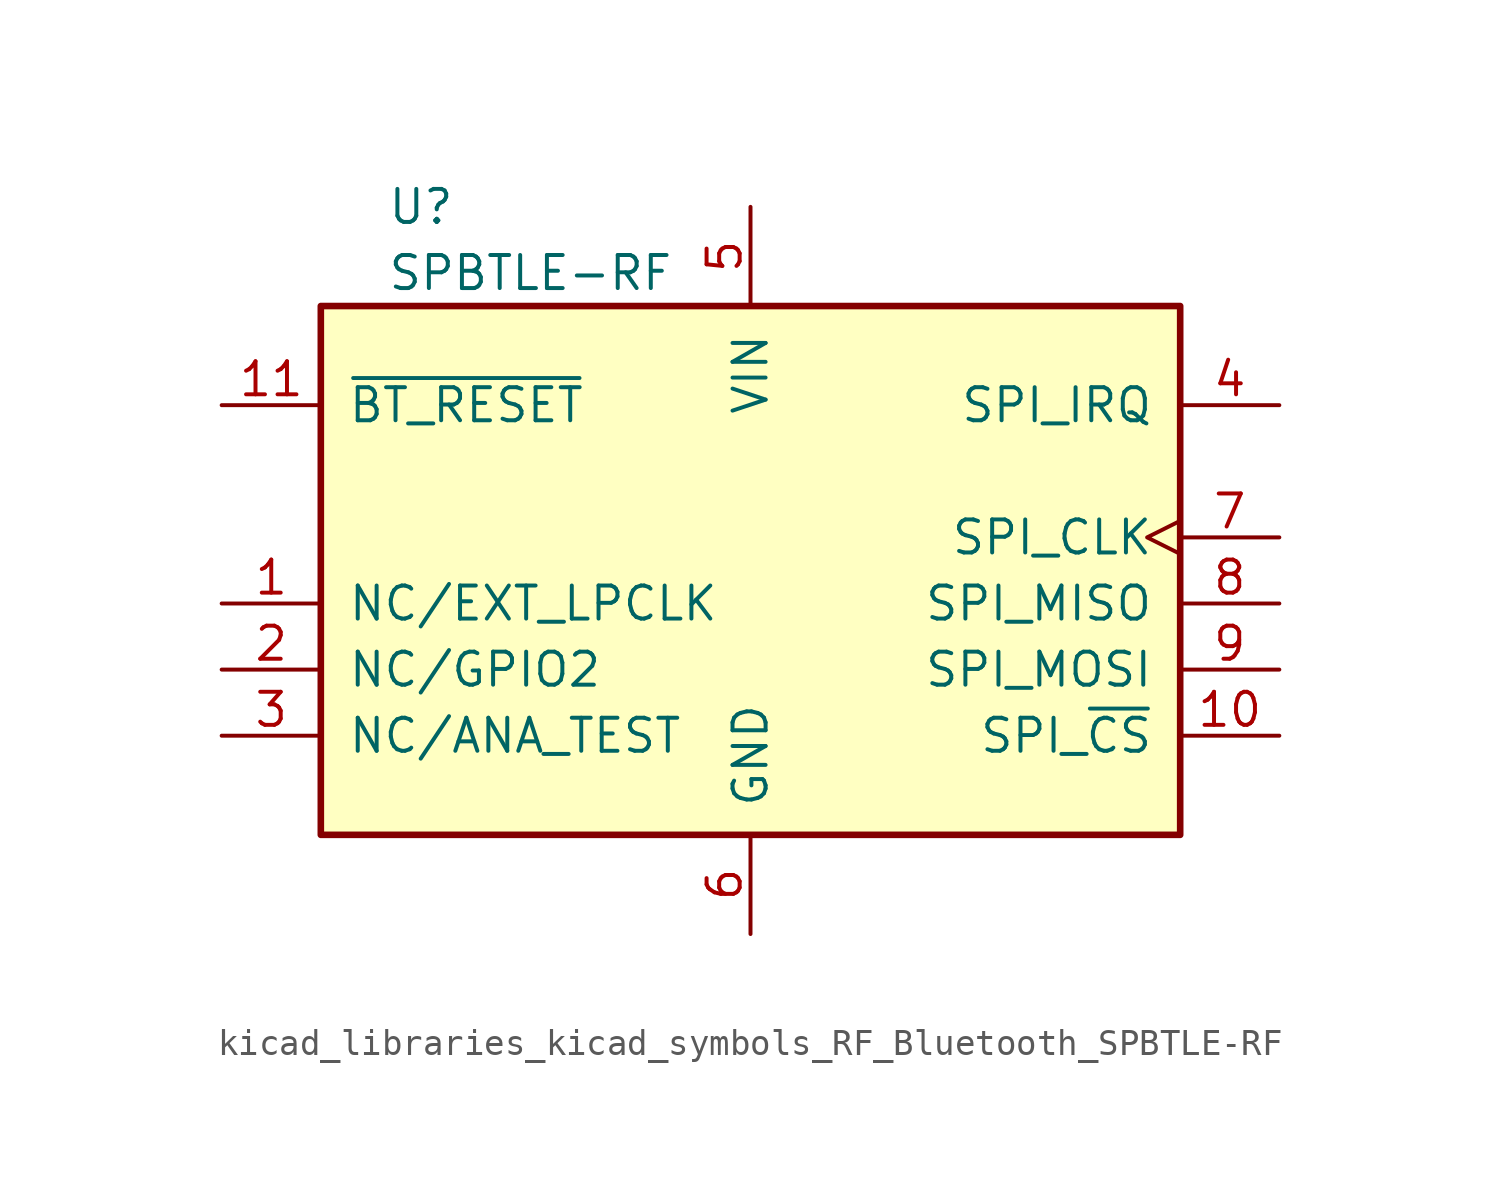
<source format=kicad_sym>
(kicad_symbol_lib
  (version 20220914)
  (generator kicad_symbol_editor)
  (symbol "kicad_libraries_kicad_symbols_RF_Bluetooth_SPBTLE-RF"
    (pin_names
      (offset 1.016))
    (property "Reference" "U"
      (at -13.97 12.7 0)
      (effects (font (size 1.27 1.27)) (justify left)))
    (property "Value" "SPBTLE-RF"
      (at -13.97 10.16 0)
      (effects (font (size 1.27 1.27)) (justify left)))
    (symbol "kicad_libraries_kicad_symbols_RF_Bluetooth_SPBTLE-RF_0_1"
      (rectangle (start -16.51 8.89) (end 16.51 -11.43) (stroke (width 0.254) (type default)) (fill (type background))))
    (symbol "kicad_libraries_kicad_symbols_RF_Bluetooth_SPBTLE-RF_1_1"
      (pin input line (at -20.32 -2.54 0) (length 3.81) (name "NC/EXT_LPCLK" (effects (font (size 1.27 1.27)))) (number "1" (effects (font (size 1.27 1.27)))))
      (pin input line (at 20.32 -7.62 180) (length 3.81) (name "SPI_~{CS}" (effects (font (size 1.27 1.27)))) (number "10" (effects (font (size 1.27 1.27)))))
      (pin input line (at -20.32 5.08 0) (length 3.81) (name "~{BT_RESET}" (effects (font (size 1.27 1.27)))) (number "11" (effects (font (size 1.27 1.27)))))
      (pin bidirectional line (at -20.32 -5.08 0) (length 3.81) (name "NC/GPIO2" (effects (font (size 1.27 1.27)))) (number "2" (effects (font (size 1.27 1.27)))))
      (pin input line (at -20.32 -7.62 0) (length 3.81) (name "NC/ANA_TEST" (effects (font (size 1.27 1.27)))) (number "3" (effects (font (size 1.27 1.27)))))
      (pin output line (at 20.32 5.08 180) (length 3.81) (name "SPI_IRQ" (effects (font (size 1.27 1.27)))) (number "4" (effects (font (size 1.27 1.27)))))
      (pin power_in line (at 0 12.7 270) (length 3.81) (name "VIN" (effects (font (size 1.27 1.27)))) (number "5" (effects (font (size 1.27 1.27)))))
      (pin power_in line (at 0 -15.24 90) (length 3.81) (name "GND" (effects (font (size 1.27 1.27)))) (number "6" (effects (font (size 1.27 1.27)))))
      (pin input clock (at 20.32 0 180) (length 3.81) (name "SPI_CLK" (effects (font (size 1.27 1.27)))) (number "7" (effects (font (size 1.27 1.27)))))
      (pin output line (at 20.32 -2.54 180) (length 3.81) (name "SPI_MISO" (effects (font (size 1.27 1.27)))) (number "8" (effects (font (size 1.27 1.27)))))
      (pin input line (at 20.32 -5.08 180) (length 3.81) (name "SPI_MOSI" (effects (font (size 1.27 1.27)))) (number "9" (effects (font (size 1.27 1.27))))))))
</source>
